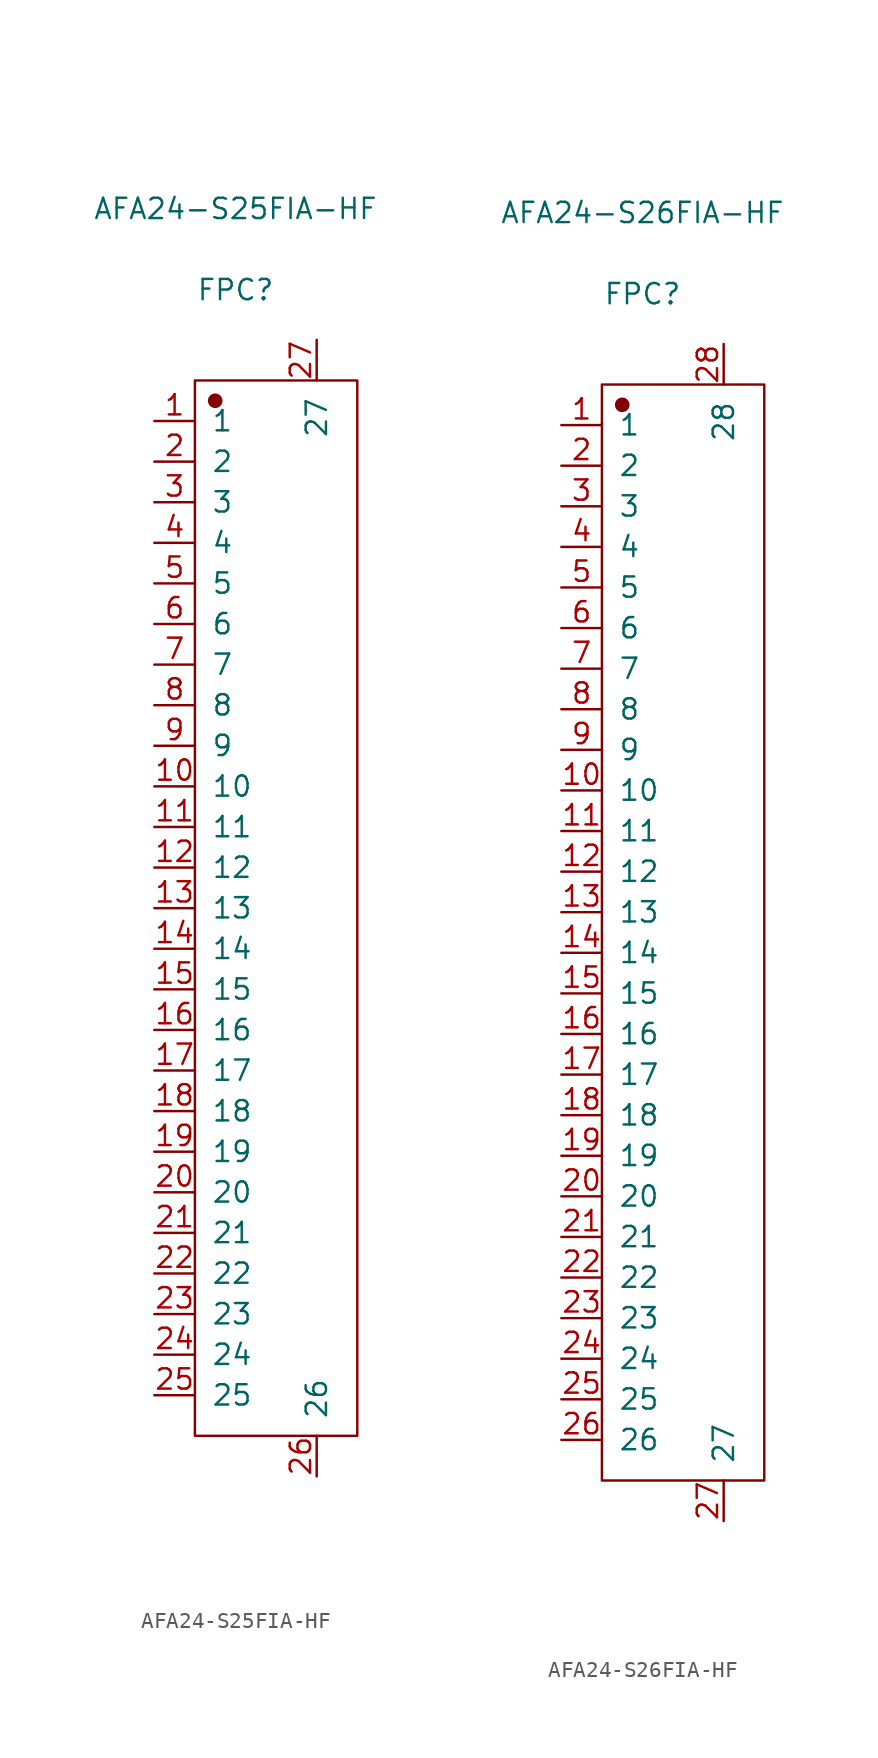
<source format=kicad_sym>
(kicad_symbol_lib
  (version 20231120)
  (generator "kicad_symbol_editor")
  (generator_version "8.0")
  (symbol "AFA24-S25FIA-HF"
    (pin_names
      (offset 1.016))
    (property "Reference" "FPC"
      (at 0 38.684 0)
      (effects (font (size 1.27 1.27))))
    (property "Value" "AFA24-S25FIA-HF"
      (at 0 43.764 0)
      (effects (font (size 1.27 1.27))))
    (symbol "AFA24-S25FIA-HF_1_1"
      (rectangle (start -2.54 33.02) (end 7.62 -33.02) (stroke (width 0.152) (type solid)) (fill (type none)))
      (circle (center -1.27 31.75) (radius 0.381) (stroke (width 0.152) (type solid)) (fill (type outline)))
      (pin passive line (at -5.08 30.48 0) (length 2.54) (name "1" (effects (font (size 1.27 1.27)))) (number "1" (effects (font (size 1.27 1.27)))))
      (pin passive line (at -5.08 7.62 0) (length 2.54) (name "10" (effects (font (size 1.27 1.27)))) (number "10" (effects (font (size 1.27 1.27)))))
      (pin passive line (at -5.08 5.08 0) (length 2.54) (name "11" (effects (font (size 1.27 1.27)))) (number "11" (effects (font (size 1.27 1.27)))))
      (pin passive line (at -5.08 2.54 0) (length 2.54) (name "12" (effects (font (size 1.27 1.27)))) (number "12" (effects (font (size 1.27 1.27)))))
      (pin passive line (at -5.08 0 0) (length 2.54) (name "13" (effects (font (size 1.27 1.27)))) (number "13" (effects (font (size 1.27 1.27)))))
      (pin passive line (at -5.08 -2.54 0) (length 2.54) (name "14" (effects (font (size 1.27 1.27)))) (number "14" (effects (font (size 1.27 1.27)))))
      (pin passive line (at -5.08 -5.08 0) (length 2.54) (name "15" (effects (font (size 1.27 1.27)))) (number "15" (effects (font (size 1.27 1.27)))))
      (pin passive line (at -5.08 -7.62 0) (length 2.54) (name "16" (effects (font (size 1.27 1.27)))) (number "16" (effects (font (size 1.27 1.27)))))
      (pin passive line (at -5.08 -10.16 0) (length 2.54) (name "17" (effects (font (size 1.27 1.27)))) (number "17" (effects (font (size 1.27 1.27)))))
      (pin passive line (at -5.08 -12.7 0) (length 2.54) (name "18" (effects (font (size 1.27 1.27)))) (number "18" (effects (font (size 1.27 1.27)))))
      (pin passive line (at -5.08 -15.24 0) (length 2.54) (name "19" (effects (font (size 1.27 1.27)))) (number "19" (effects (font (size 1.27 1.27)))))
      (pin passive line (at -5.08 27.94 0) (length 2.54) (name "2" (effects (font (size 1.27 1.27)))) (number "2" (effects (font (size 1.27 1.27)))))
      (pin passive line (at -5.08 -17.78 0) (length 2.54) (name "20" (effects (font (size 1.27 1.27)))) (number "20" (effects (font (size 1.27 1.27)))))
      (pin passive line (at -5.08 -20.32 0) (length 2.54) (name "21" (effects (font (size 1.27 1.27)))) (number "21" (effects (font (size 1.27 1.27)))))
      (pin passive line (at -5.08 -22.86 0) (length 2.54) (name "22" (effects (font (size 1.27 1.27)))) (number "22" (effects (font (size 1.27 1.27)))))
      (pin passive line (at -5.08 -25.4 0) (length 2.54) (name "23" (effects (font (size 1.27 1.27)))) (number "23" (effects (font (size 1.27 1.27)))))
      (pin passive line (at -5.08 -27.94 0) (length 2.54) (name "24" (effects (font (size 1.27 1.27)))) (number "24" (effects (font (size 1.27 1.27)))))
      (pin passive line (at -5.08 -30.48 0) (length 2.54) (name "25" (effects (font (size 1.27 1.27)))) (number "25" (effects (font (size 1.27 1.27)))))
      (pin free line (at 5.08 -35.56 90) (length 2.54) (name "26" (effects (font (size 1.27 1.27)))) (number "26" (effects (font (size 1.27 1.27)))))
      (pin free line (at 5.08 35.56 270) (length 2.54) (name "27" (effects (font (size 1.27 1.27)))) (number "27" (effects (font (size 1.27 1.27)))))
      (pin passive line (at -5.08 25.4 0) (length 2.54) (name "3" (effects (font (size 1.27 1.27)))) (number "3" (effects (font (size 1.27 1.27)))))
      (pin passive line (at -5.08 22.86 0) (length 2.54) (name "4" (effects (font (size 1.27 1.27)))) (number "4" (effects (font (size 1.27 1.27)))))
      (pin passive line (at -5.08 20.32 0) (length 2.54) (name "5" (effects (font (size 1.27 1.27)))) (number "5" (effects (font (size 1.27 1.27)))))
      (pin passive line (at -5.08 17.78 0) (length 2.54) (name "6" (effects (font (size 1.27 1.27)))) (number "6" (effects (font (size 1.27 1.27)))))
      (pin passive line (at -5.08 15.24 0) (length 2.54) (name "7" (effects (font (size 1.27 1.27)))) (number "7" (effects (font (size 1.27 1.27)))))
      (pin passive line (at -5.08 12.7 0) (length 2.54) (name "8" (effects (font (size 1.27 1.27)))) (number "8" (effects (font (size 1.27 1.27)))))
      (pin passive line (at -5.08 10.16 0) (length 2.54) (name "9" (effects (font (size 1.27 1.27)))) (number "9" (effects (font (size 1.27 1.27)))))))
  (symbol "AFA24-S26FIA-HF"
    (pin_names
      (offset 1.016))
    (property "Reference" "FPC"
      (at 0 41.224 0)
      (effects (font (size 1.27 1.27))))
    (property "Value" "AFA24-S26FIA-HF"
      (at 0 46.304 0)
      (effects (font (size 1.27 1.27))))
    (symbol "AFA24-S26FIA-HF_1_1"
      (rectangle (start -2.54 35.56) (end 7.62 -33.02) (stroke (width 0.152) (type solid)) (fill (type none)))
      (circle (center -1.27 34.29) (radius 0.381) (stroke (width 0.152) (type solid)) (fill (type outline)))
      (pin passive line (at -5.08 33.02 0) (length 2.54) (name "1" (effects (font (size 1.27 1.27)))) (number "1" (effects (font (size 1.27 1.27)))))
      (pin passive line (at -5.08 10.16 0) (length 2.54) (name "10" (effects (font (size 1.27 1.27)))) (number "10" (effects (font (size 1.27 1.27)))))
      (pin passive line (at -5.08 7.62 0) (length 2.54) (name "11" (effects (font (size 1.27 1.27)))) (number "11" (effects (font (size 1.27 1.27)))))
      (pin passive line (at -5.08 5.08 0) (length 2.54) (name "12" (effects (font (size 1.27 1.27)))) (number "12" (effects (font (size 1.27 1.27)))))
      (pin passive line (at -5.08 2.54 0) (length 2.54) (name "13" (effects (font (size 1.27 1.27)))) (number "13" (effects (font (size 1.27 1.27)))))
      (pin passive line (at -5.08 0 0) (length 2.54) (name "14" (effects (font (size 1.27 1.27)))) (number "14" (effects (font (size 1.27 1.27)))))
      (pin passive line (at -5.08 -2.54 0) (length 2.54) (name "15" (effects (font (size 1.27 1.27)))) (number "15" (effects (font (size 1.27 1.27)))))
      (pin passive line (at -5.08 -5.08 0) (length 2.54) (name "16" (effects (font (size 1.27 1.27)))) (number "16" (effects (font (size 1.27 1.27)))))
      (pin passive line (at -5.08 -7.62 0) (length 2.54) (name "17" (effects (font (size 1.27 1.27)))) (number "17" (effects (font (size 1.27 1.27)))))
      (pin passive line (at -5.08 -10.16 0) (length 2.54) (name "18" (effects (font (size 1.27 1.27)))) (number "18" (effects (font (size 1.27 1.27)))))
      (pin passive line (at -5.08 -12.7 0) (length 2.54) (name "19" (effects (font (size 1.27 1.27)))) (number "19" (effects (font (size 1.27 1.27)))))
      (pin passive line (at -5.08 30.48 0) (length 2.54) (name "2" (effects (font (size 1.27 1.27)))) (number "2" (effects (font (size 1.27 1.27)))))
      (pin passive line (at -5.08 -15.24 0) (length 2.54) (name "20" (effects (font (size 1.27 1.27)))) (number "20" (effects (font (size 1.27 1.27)))))
      (pin passive line (at -5.08 -17.78 0) (length 2.54) (name "21" (effects (font (size 1.27 1.27)))) (number "21" (effects (font (size 1.27 1.27)))))
      (pin passive line (at -5.08 -20.32 0) (length 2.54) (name "22" (effects (font (size 1.27 1.27)))) (number "22" (effects (font (size 1.27 1.27)))))
      (pin passive line (at -5.08 -22.86 0) (length 2.54) (name "23" (effects (font (size 1.27 1.27)))) (number "23" (effects (font (size 1.27 1.27)))))
      (pin passive line (at -5.08 -25.4 0) (length 2.54) (name "24" (effects (font (size 1.27 1.27)))) (number "24" (effects (font (size 1.27 1.27)))))
      (pin passive line (at -5.08 -27.94 0) (length 2.54) (name "25" (effects (font (size 1.27 1.27)))) (number "25" (effects (font (size 1.27 1.27)))))
      (pin passive line (at -5.08 -30.48 0) (length 2.54) (name "26" (effects (font (size 1.27 1.27)))) (number "26" (effects (font (size 1.27 1.27)))))
      (pin free line (at 5.08 -35.56 90) (length 2.54) (name "27" (effects (font (size 1.27 1.27)))) (number "27" (effects (font (size 1.27 1.27)))))
      (pin free line (at 5.08 38.1 270) (length 2.54) (name "28" (effects (font (size 1.27 1.27)))) (number "28" (effects (font (size 1.27 1.27)))))
      (pin passive line (at -5.08 27.94 0) (length 2.54) (name "3" (effects (font (size 1.27 1.27)))) (number "3" (effects (font (size 1.27 1.27)))))
      (pin passive line (at -5.08 25.4 0) (length 2.54) (name "4" (effects (font (size 1.27 1.27)))) (number "4" (effects (font (size 1.27 1.27)))))
      (pin passive line (at -5.08 22.86 0) (length 2.54) (name "5" (effects (font (size 1.27 1.27)))) (number "5" (effects (font (size 1.27 1.27)))))
      (pin passive line (at -5.08 20.32 0) (length 2.54) (name "6" (effects (font (size 1.27 1.27)))) (number "6" (effects (font (size 1.27 1.27)))))
      (pin passive line (at -5.08 17.78 0) (length 2.54) (name "7" (effects (font (size 1.27 1.27)))) (number "7" (effects (font (size 1.27 1.27)))))
      (pin passive line (at -5.08 15.24 0) (length 2.54) (name "8" (effects (font (size 1.27 1.27)))) (number "8" (effects (font (size 1.27 1.27)))))
      (pin passive line (at -5.08 12.7 0) (length 2.54) (name "9" (effects (font (size 1.27 1.27)))) (number "9" (effects (font (size 1.27 1.27))))))))
</source>
